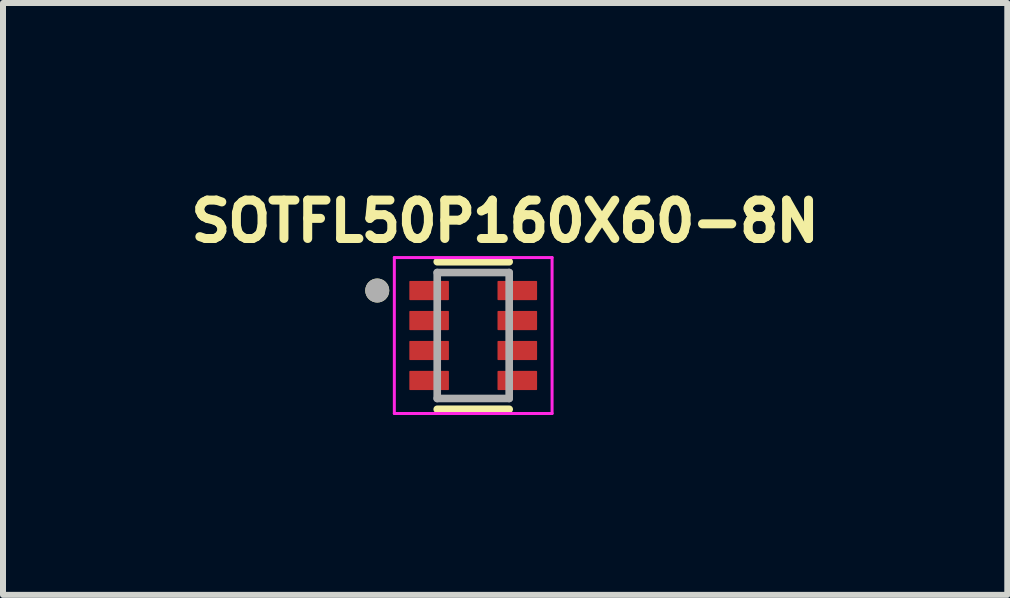
<source format=kicad_pcb>
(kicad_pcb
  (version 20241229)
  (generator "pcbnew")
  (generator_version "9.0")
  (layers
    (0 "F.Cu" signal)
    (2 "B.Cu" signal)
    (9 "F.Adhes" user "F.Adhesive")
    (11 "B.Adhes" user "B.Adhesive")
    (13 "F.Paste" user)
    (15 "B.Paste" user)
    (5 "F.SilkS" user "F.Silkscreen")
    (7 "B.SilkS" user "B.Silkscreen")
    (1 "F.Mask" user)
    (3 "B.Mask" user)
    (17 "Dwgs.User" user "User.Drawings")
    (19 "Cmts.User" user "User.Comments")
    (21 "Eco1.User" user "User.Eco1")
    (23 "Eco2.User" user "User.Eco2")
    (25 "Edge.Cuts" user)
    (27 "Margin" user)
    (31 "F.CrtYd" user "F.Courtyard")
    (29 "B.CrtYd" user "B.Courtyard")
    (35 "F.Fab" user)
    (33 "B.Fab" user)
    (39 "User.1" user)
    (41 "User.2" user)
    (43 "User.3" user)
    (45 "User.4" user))
  (footprint "SOTFL50P160X60-8N"
    (layer "F.Cu")
    (at 4.84 2.544)
    (property "Reference" "SOTFL50P160X60-8N" (at 0.532 -1.906 0) (layer "F.SilkS") (effects (font (size 0.64 0.64) (thickness 0.15))))
    (attr through_hole)
    (fp_line (start -0.6 -1.23) (end 0.6 -1.23) (stroke (width 0.127) (type solid)) (layer "F.SilkS"))
    (fp_line (start -0.6 1.23) (end 0.6 1.23) (stroke (width 0.127) (type solid)) (layer "F.SilkS"))
    (fp_circle (center -1.6 -0.75) (end -1.5 -0.75) (stroke (width 0.2) (type solid)) (fill no) (layer "F.SilkS"))
    (fp_line (start -1.315 -1.3) (end -1.315 1.3) (stroke (width 0.05) (type solid)) (layer "F.CrtYd"))
    (fp_line (start -1.315 1.3) (end 1.315 1.3) (stroke (width 0.05) (type solid)) (layer "F.CrtYd"))
    (fp_line (start 1.315 -1.3) (end -1.315 -1.3) (stroke (width 0.05) (type solid)) (layer "F.CrtYd"))
    (fp_line (start 1.315 1.3) (end 1.315 -1.3) (stroke (width 0.05) (type solid)) (layer "F.CrtYd"))
    (fp_line (start -0.6 -1.05) (end -0.6 1.05) (stroke (width 0.127) (type solid)) (layer "F.Fab"))
    (fp_line (start -0.6 1.05) (end 0.6 1.05) (stroke (width 0.127) (type solid)) (layer "F.Fab"))
    (fp_line (start 0.6 -1.05) (end -0.6 -1.05) (stroke (width 0.127) (type solid)) (layer "F.Fab"))
    (fp_line (start 0.6 1.05) (end 0.6 -1.05) (stroke (width 0.127) (type solid)) (layer "F.Fab"))
    (fp_circle (center -1.6 -0.75) (end -1.5 -0.75) (stroke (width 0.2) (type solid)) (fill no) (layer "F.Fab"))
    (pad "1" smd roundrect (at -0.735 -0.75) (size 0.66 0.32) (layers "F.Cu" "F.Mask" "F.Paste") (roundrect_rratio 0.04))
    (pad "2" smd roundrect (at -0.735 -0.25) (size 0.66 0.32) (layers "F.Cu" "F.Mask" "F.Paste") (roundrect_rratio 0.04))
    (pad "3" smd roundrect (at -0.735 0.25) (size 0.66 0.32) (layers "F.Cu" "F.Mask" "F.Paste") (roundrect_rratio 0.04))
    (pad "4" smd roundrect (at -0.735 0.75) (size 0.66 0.32) (layers "F.Cu" "F.Mask" "F.Paste") (roundrect_rratio 0.04))
    (pad "5" smd roundrect (at 0.735 0.75) (size 0.66 0.32) (layers "F.Cu" "F.Mask" "F.Paste") (roundrect_rratio 0.04))
    (pad "6" smd roundrect (at 0.735 0.25) (size 0.66 0.32) (layers "F.Cu" "F.Mask" "F.Paste") (roundrect_rratio 0.04))
    (pad "7" smd roundrect (at 0.735 -0.25) (size 0.66 0.32) (layers "F.Cu" "F.Mask" "F.Paste") (roundrect_rratio 0.04))
    (pad "8" smd roundrect (at 0.735 -0.75) (size 0.66 0.32) (layers "F.Cu" "F.Mask" "F.Paste") (roundrect_rratio 0.04)))
  (gr_rect
    (start -3 -3)
    (end 13.745 6.869)
    (stroke (width 0.1) (type default))
    (fill no)
    (layer "Edge.Cuts")))
</source>
